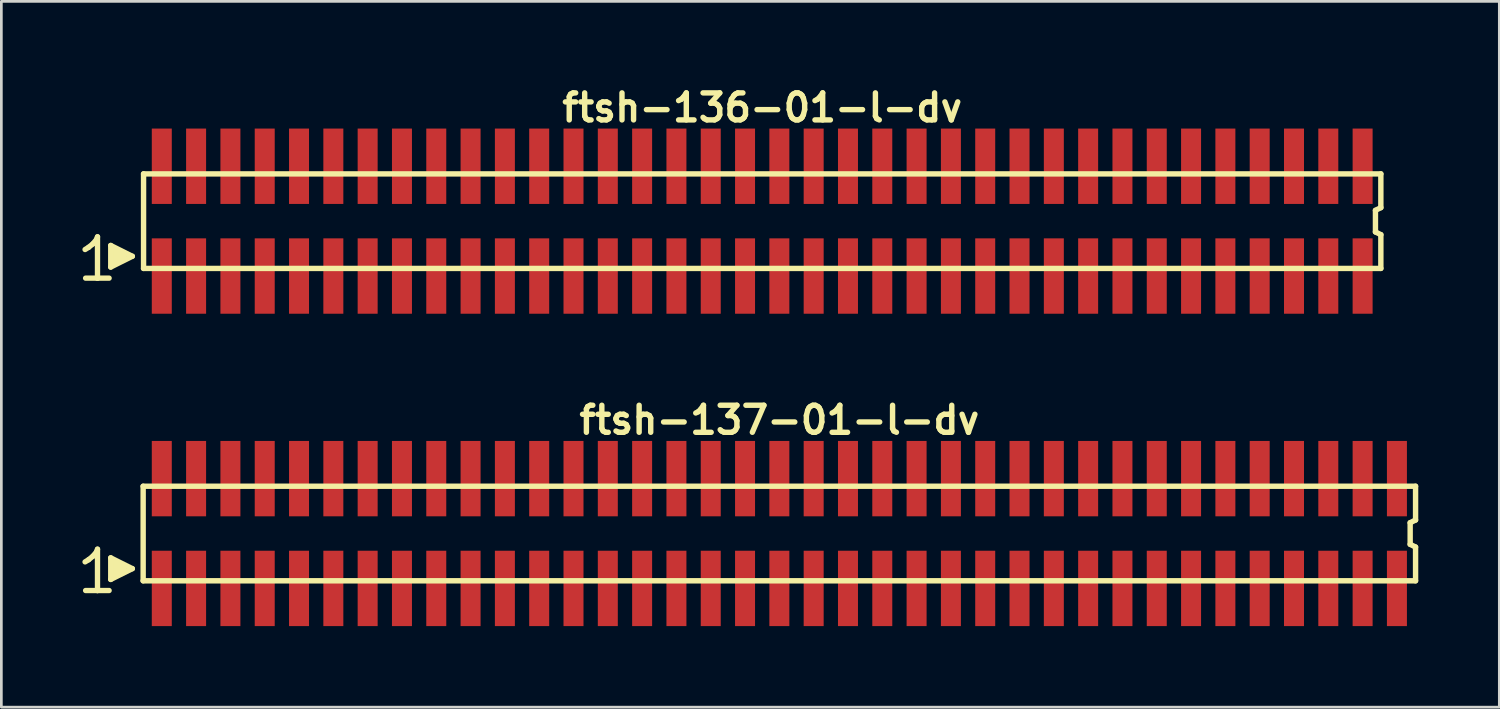
<source format=kicad_pcb>
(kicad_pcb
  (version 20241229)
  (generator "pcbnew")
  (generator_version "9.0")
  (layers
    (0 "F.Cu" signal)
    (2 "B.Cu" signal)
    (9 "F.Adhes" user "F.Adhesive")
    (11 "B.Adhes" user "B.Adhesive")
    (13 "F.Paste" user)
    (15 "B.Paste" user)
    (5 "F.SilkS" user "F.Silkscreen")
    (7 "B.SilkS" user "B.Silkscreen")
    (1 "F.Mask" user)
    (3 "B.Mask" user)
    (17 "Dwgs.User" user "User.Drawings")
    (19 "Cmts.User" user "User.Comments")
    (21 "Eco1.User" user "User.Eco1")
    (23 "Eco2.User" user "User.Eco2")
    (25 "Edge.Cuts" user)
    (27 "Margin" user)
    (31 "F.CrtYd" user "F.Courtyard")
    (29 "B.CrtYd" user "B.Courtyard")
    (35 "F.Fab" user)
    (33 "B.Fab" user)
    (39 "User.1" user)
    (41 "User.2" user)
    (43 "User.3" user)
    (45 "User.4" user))
  (footprint "ftsh-136-01-l-dv"
    (layer "F.Cu")
    (at 25.164 5.136)
    (property "Reference" "ftsh-136-01-l-dv" (at 0 -4.2 0) (layer "F.SilkS") (effects (font (size 1 1) (thickness 0.2))))
    (attr through_hole)
    (fp_line (start -25.065 1.05) (end -24.935 0.97) (stroke (width 0.198) (type solid)) (layer "F.SilkS"))
    (fp_line (start -24.935 0.97) (end -24.775 0.84) (stroke (width 0.198) (type solid)) (layer "F.SilkS"))
    (fp_line (start -24.775 0.84) (end -24.635 0.67) (stroke (width 0.198) (type solid)) (layer "F.SilkS"))
    (fp_line (start -24.635 0.67) (end -24.605 0.58) (stroke (width 0.198) (type solid)) (layer "F.SilkS"))
    (fp_line (start -24.605 0.58) (end -24.605 2.11) (stroke (width 0.198) (type solid)) (layer "F.SilkS"))
    (fp_line (start -24.605 2.11) (end -25.045 2.11) (stroke (width 0.198) (type solid)) (layer "F.SilkS"))
    (fp_line (start -24.175 2.11) (end -24.615 2.11) (stroke (width 0.198) (type solid)) (layer "F.SilkS"))
    (fp_line (start -24.115 0.9) (end -23.315 1.3) (stroke (width 0.198) (type solid)) (layer "F.SilkS"))
    (fp_line (start -24.115 1.7) (end -24.115 0.9) (stroke (width 0.198) (type solid)) (layer "F.SilkS"))
    (fp_line (start -24.015 1.6) (end -24.015 1) (stroke (width 0.198) (type solid)) (layer "F.SilkS"))
    (fp_line (start -23.915 1.1) (end -23.915 1.5) (stroke (width 0.198) (type solid)) (layer "F.SilkS"))
    (fp_line (start -23.815 1.5) (end -23.815 1.1) (stroke (width 0.198) (type solid)) (layer "F.SilkS"))
    (fp_line (start -23.715 1.2) (end -23.715 1.4) (stroke (width 0.198) (type solid)) (layer "F.SilkS"))
    (fp_line (start -23.615 1.4) (end -23.615 1.2) (stroke (width 0.198) (type solid)) (layer "F.SilkS"))
    (fp_line (start -23.315 1.3) (end -24.115 1.7) (stroke (width 0.198) (type solid)) (layer "F.SilkS"))
    (fp_line (start -22.9 -1.75) (end -22.9 1.75) (stroke (width 0.2) (type solid)) (layer "F.SilkS"))
    (fp_line (start -22.9 -1.75) (end 22.9 -1.75) (stroke (width 0.2) (type solid)) (layer "F.SilkS"))
    (fp_line (start -22.9 1.75) (end 22.9 1.75) (stroke (width 0.2) (type solid)) (layer "F.SilkS"))
    (fp_line (start 22.7 -0.4) (end 22.7 0.4) (stroke (width 0.2) (type solid)) (layer "F.SilkS"))
    (fp_line (start 22.7 0.4) (end 22.9 0.5) (stroke (width 0.2) (type solid)) (layer "F.SilkS"))
    (fp_line (start 22.9 -0.5) (end 22.7 -0.4) (stroke (width 0.2) (type solid)) (layer "F.SilkS"))
    (fp_line (start 22.9 -0.5) (end 22.9 -1.75) (stroke (width 0.2) (type solid)) (layer "F.SilkS"))
    (fp_line (start 22.9 0.5) (end 22.9 1.75) (stroke (width 0.2) (type solid)) (layer "F.SilkS"))
    (pad "1" smd rect (at -22.225 2.032) (size 0.74 2.79) (layers "F.Cu" "F.Mask" "F.Paste"))
    (pad "2" smd rect (at -22.225 -2.032) (size 0.74 2.79) (layers "F.Cu" "F.Mask" "F.Paste"))
    (pad "3" smd rect (at -20.955 2.032) (size 0.74 2.79) (layers "F.Cu" "F.Mask" "F.Paste"))
    (pad "4" smd rect (at -20.955 -2.032) (size 0.74 2.79) (layers "F.Cu" "F.Mask" "F.Paste"))
    (pad "5" smd rect (at -19.685 2.032) (size 0.74 2.79) (layers "F.Cu" "F.Mask" "F.Paste"))
    (pad "6" smd rect (at -19.685 -2.032) (size 0.74 2.79) (layers "F.Cu" "F.Mask" "F.Paste"))
    (pad "7" smd rect (at -18.415 2.032) (size 0.74 2.79) (layers "F.Cu" "F.Mask" "F.Paste"))
    (pad "8" smd rect (at -18.415 -2.032) (size 0.74 2.79) (layers "F.Cu" "F.Mask" "F.Paste"))
    (pad "9" smd rect (at -17.145 2.032) (size 0.74 2.79) (layers "F.Cu" "F.Mask" "F.Paste"))
    (pad "10" smd rect (at -17.145 -2.032) (size 0.74 2.79) (layers "F.Cu" "F.Mask" "F.Paste"))
    (pad "11" smd rect (at -15.875 2.032) (size 0.74 2.79) (layers "F.Cu" "F.Mask" "F.Paste"))
    (pad "12" smd rect (at -15.875 -2.032) (size 0.74 2.79) (layers "F.Cu" "F.Mask" "F.Paste"))
    (pad "13" smd rect (at -14.605 2.032) (size 0.74 2.79) (layers "F.Cu" "F.Mask" "F.Paste"))
    (pad "14" smd rect (at -14.605 -2.032) (size 0.74 2.79) (layers "F.Cu" "F.Mask" "F.Paste"))
    (pad "15" smd rect (at -13.335 2.032) (size 0.74 2.79) (layers "F.Cu" "F.Mask" "F.Paste"))
    (pad "16" smd rect (at -13.335 -2.032) (size 0.74 2.79) (layers "F.Cu" "F.Mask" "F.Paste"))
    (pad "17" smd rect (at -12.065 2.032) (size 0.74 2.79) (layers "F.Cu" "F.Mask" "F.Paste"))
    (pad "18" smd rect (at -12.065 -2.032) (size 0.74 2.79) (layers "F.Cu" "F.Mask" "F.Paste"))
    (pad "19" smd rect (at -10.795 2.032) (size 0.74 2.79) (layers "F.Cu" "F.Mask" "F.Paste"))
    (pad "20" smd rect (at -10.795 -2.032) (size 0.74 2.79) (layers "F.Cu" "F.Mask" "F.Paste"))
    (pad "21" smd rect (at -9.525 2.032) (size 0.74 2.79) (layers "F.Cu" "F.Mask" "F.Paste"))
    (pad "22" smd rect (at -9.525 -2.032) (size 0.74 2.79) (layers "F.Cu" "F.Mask" "F.Paste"))
    (pad "23" smd rect (at -8.255 2.032) (size 0.74 2.79) (layers "F.Cu" "F.Mask" "F.Paste"))
    (pad "24" smd rect (at -8.255 -2.032) (size 0.74 2.79) (layers "F.Cu" "F.Mask" "F.Paste"))
    (pad "25" smd rect (at -6.985 2.032) (size 0.74 2.79) (layers "F.Cu" "F.Mask" "F.Paste"))
    (pad "26" smd rect (at -6.985 -2.032) (size 0.74 2.79) (layers "F.Cu" "F.Mask" "F.Paste"))
    (pad "27" smd rect (at -5.715 2.032) (size 0.74 2.79) (layers "F.Cu" "F.Mask" "F.Paste"))
    (pad "28" smd rect (at -5.715 -2.032) (size 0.74 2.79) (layers "F.Cu" "F.Mask" "F.Paste"))
    (pad "29" smd rect (at -4.445 2.032) (size 0.74 2.79) (layers "F.Cu" "F.Mask" "F.Paste"))
    (pad "30" smd rect (at -4.445 -2.032) (size 0.74 2.79) (layers "F.Cu" "F.Mask" "F.Paste"))
    (pad "31" smd rect (at -3.175 2.032) (size 0.74 2.79) (layers "F.Cu" "F.Mask" "F.Paste"))
    (pad "32" smd rect (at -3.175 -2.032) (size 0.74 2.79) (layers "F.Cu" "F.Mask" "F.Paste"))
    (pad "33" smd rect (at -1.905 2.032) (size 0.74 2.79) (layers "F.Cu" "F.Mask" "F.Paste"))
    (pad "34" smd rect (at -1.905 -2.032) (size 0.74 2.79) (layers "F.Cu" "F.Mask" "F.Paste"))
    (pad "35" smd rect (at -0.635 2.032) (size 0.74 2.79) (layers "F.Cu" "F.Mask" "F.Paste"))
    (pad "36" smd rect (at -0.635 -2.032) (size 0.74 2.79) (layers "F.Cu" "F.Mask" "F.Paste"))
    (pad "37" smd rect (at 0.635 2.032) (size 0.74 2.79) (layers "F.Cu" "F.Mask" "F.Paste"))
    (pad "38" smd rect (at 0.635 -2.032) (size 0.74 2.79) (layers "F.Cu" "F.Mask" "F.Paste"))
    (pad "39" smd rect (at 1.905 2.032) (size 0.74 2.79) (layers "F.Cu" "F.Mask" "F.Paste"))
    (pad "40" smd rect (at 1.905 -2.032) (size 0.74 2.79) (layers "F.Cu" "F.Mask" "F.Paste"))
    (pad "41" smd rect (at 3.175 2.032) (size 0.74 2.79) (layers "F.Cu" "F.Mask" "F.Paste"))
    (pad "42" smd rect (at 3.175 -2.032) (size 0.74 2.79) (layers "F.Cu" "F.Mask" "F.Paste"))
    (pad "43" smd rect (at 4.445 2.032) (size 0.74 2.79) (layers "F.Cu" "F.Mask" "F.Paste"))
    (pad "44" smd rect (at 4.445 -2.032) (size 0.74 2.79) (layers "F.Cu" "F.Mask" "F.Paste"))
    (pad "45" smd rect (at 5.715 2.032) (size 0.74 2.79) (layers "F.Cu" "F.Mask" "F.Paste"))
    (pad "46" smd rect (at 5.715 -2.032) (size 0.74 2.79) (layers "F.Cu" "F.Mask" "F.Paste"))
    (pad "47" smd rect (at 6.985 2.032) (size 0.74 2.79) (layers "F.Cu" "F.Mask" "F.Paste"))
    (pad "48" smd rect (at 6.985 -2.032) (size 0.74 2.79) (layers "F.Cu" "F.Mask" "F.Paste"))
    (pad "49" smd rect (at 8.255 2.032) (size 0.74 2.79) (layers "F.Cu" "F.Mask" "F.Paste"))
    (pad "50" smd rect (at 8.255 -2.032) (size 0.74 2.79) (layers "F.Cu" "F.Mask" "F.Paste"))
    (pad "51" smd rect (at 9.525 2.032) (size 0.74 2.79) (layers "F.Cu" "F.Mask" "F.Paste"))
    (pad "52" smd rect (at 9.525 -2.032) (size 0.74 2.79) (layers "F.Cu" "F.Mask" "F.Paste"))
    (pad "53" smd rect (at 10.795 2.032) (size 0.74 2.79) (layers "F.Cu" "F.Mask" "F.Paste"))
    (pad "54" smd rect (at 10.795 -2.032) (size 0.74 2.79) (layers "F.Cu" "F.Mask" "F.Paste"))
    (pad "55" smd rect (at 12.065 2.032) (size 0.74 2.79) (layers "F.Cu" "F.Mask" "F.Paste"))
    (pad "56" smd rect (at 12.065 -2.032) (size 0.74 2.79) (layers "F.Cu" "F.Mask" "F.Paste"))
    (pad "57" smd rect (at 13.335 2.032) (size 0.74 2.79) (layers "F.Cu" "F.Mask" "F.Paste"))
    (pad "58" smd rect (at 13.335 -2.032) (size 0.74 2.79) (layers "F.Cu" "F.Mask" "F.Paste"))
    (pad "59" smd rect (at 14.605 2.032) (size 0.74 2.79) (layers "F.Cu" "F.Mask" "F.Paste"))
    (pad "60" smd rect (at 14.605 -2.032) (size 0.74 2.79) (layers "F.Cu" "F.Mask" "F.Paste"))
    (pad "61" smd rect (at 15.875 2.032) (size 0.74 2.79) (layers "F.Cu" "F.Mask" "F.Paste"))
    (pad "62" smd rect (at 15.875 -2.032) (size 0.74 2.79) (layers "F.Cu" "F.Mask" "F.Paste"))
    (pad "63" smd rect (at 17.145 2.032) (size 0.74 2.79) (layers "F.Cu" "F.Mask" "F.Paste"))
    (pad "64" smd rect (at 17.145 -2.032) (size 0.74 2.79) (layers "F.Cu" "F.Mask" "F.Paste"))
    (pad "65" smd rect (at 18.415 2.032) (size 0.74 2.79) (layers "F.Cu" "F.Mask" "F.Paste"))
    (pad "66" smd rect (at 18.415 -2.032) (size 0.74 2.79) (layers "F.Cu" "F.Mask" "F.Paste"))
    (pad "67" smd rect (at 19.685 2.032) (size 0.74 2.79) (layers "F.Cu" "F.Mask" "F.Paste"))
    (pad "68" smd rect (at 19.685 -2.032) (size 0.74 2.79) (layers "F.Cu" "F.Mask" "F.Paste"))
    (pad "69" smd rect (at 20.955 2.032) (size 0.74 2.79) (layers "F.Cu" "F.Mask" "F.Paste"))
    (pad "70" smd rect (at 20.955 -2.032) (size 0.74 2.79) (layers "F.Cu" "F.Mask" "F.Paste"))
    (pad "71" smd rect (at 22.225 2.032) (size 0.74 2.79) (layers "F.Cu" "F.Mask" "F.Paste"))
    (pad "72" smd rect (at 22.225 -2.032) (size 0.74 2.79) (layers "F.Cu" "F.Mask" "F.Paste")))
  (footprint "ftsh-137-01-l-dv"
    (layer "F.Cu")
    (at 25.799 16.699)
    (property "Reference" "ftsh-137-01-l-dv" (at 0 -4.2 0) (layer "F.SilkS") (effects (font (size 1 1) (thickness 0.2))))
    (attr through_hole)
    (fp_line (start -25.7 1.05) (end -25.57 0.97) (stroke (width 0.198) (type solid)) (layer "F.SilkS"))
    (fp_line (start -25.57 0.97) (end -25.41 0.84) (stroke (width 0.198) (type solid)) (layer "F.SilkS"))
    (fp_line (start -25.41 0.84) (end -25.27 0.67) (stroke (width 0.198) (type solid)) (layer "F.SilkS"))
    (fp_line (start -25.27 0.67) (end -25.24 0.58) (stroke (width 0.198) (type solid)) (layer "F.SilkS"))
    (fp_line (start -25.24 0.58) (end -25.24 2.11) (stroke (width 0.198) (type solid)) (layer "F.SilkS"))
    (fp_line (start -25.24 2.11) (end -25.68 2.11) (stroke (width 0.198) (type solid)) (layer "F.SilkS"))
    (fp_line (start -24.81 2.11) (end -25.25 2.11) (stroke (width 0.198) (type solid)) (layer "F.SilkS"))
    (fp_line (start -24.75 0.9) (end -23.95 1.3) (stroke (width 0.198) (type solid)) (layer "F.SilkS"))
    (fp_line (start -24.75 1.7) (end -24.75 0.9) (stroke (width 0.198) (type solid)) (layer "F.SilkS"))
    (fp_line (start -24.65 1.6) (end -24.65 1) (stroke (width 0.198) (type solid)) (layer "F.SilkS"))
    (fp_line (start -24.55 1.1) (end -24.55 1.5) (stroke (width 0.198) (type solid)) (layer "F.SilkS"))
    (fp_line (start -24.45 1.5) (end -24.45 1.1) (stroke (width 0.198) (type solid)) (layer "F.SilkS"))
    (fp_line (start -24.35 1.2) (end -24.35 1.4) (stroke (width 0.198) (type solid)) (layer "F.SilkS"))
    (fp_line (start -24.25 1.4) (end -24.25 1.2) (stroke (width 0.198) (type solid)) (layer "F.SilkS"))
    (fp_line (start -23.95 1.3) (end -24.75 1.7) (stroke (width 0.198) (type solid)) (layer "F.SilkS"))
    (fp_line (start -23.55 -1.75) (end -23.55 1.75) (stroke (width 0.2) (type solid)) (layer "F.SilkS"))
    (fp_line (start -23.55 -1.75) (end 23.55 -1.75) (stroke (width 0.2) (type solid)) (layer "F.SilkS"))
    (fp_line (start -23.55 1.75) (end 23.55 1.75) (stroke (width 0.2) (type solid)) (layer "F.SilkS"))
    (fp_line (start 23.35 -0.4) (end 23.35 0.4) (stroke (width 0.2) (type solid)) (layer "F.SilkS"))
    (fp_line (start 23.35 0.4) (end 23.55 0.5) (stroke (width 0.2) (type solid)) (layer "F.SilkS"))
    (fp_line (start 23.55 -0.5) (end 23.35 -0.4) (stroke (width 0.2) (type solid)) (layer "F.SilkS"))
    (fp_line (start 23.55 -0.5) (end 23.55 -1.75) (stroke (width 0.2) (type solid)) (layer "F.SilkS"))
    (fp_line (start 23.55 0.5) (end 23.55 1.75) (stroke (width 0.2) (type solid)) (layer "F.SilkS"))
    (pad "1" smd rect (at -22.86 2.032) (size 0.74 2.79) (layers "F.Cu" "F.Mask" "F.Paste"))
    (pad "2" smd rect (at -22.86 -2.032) (size 0.74 2.79) (layers "F.Cu" "F.Mask" "F.Paste"))
    (pad "3" smd rect (at -21.59 2.032) (size 0.74 2.79) (layers "F.Cu" "F.Mask" "F.Paste"))
    (pad "4" smd rect (at -21.59 -2.032) (size 0.74 2.79) (layers "F.Cu" "F.Mask" "F.Paste"))
    (pad "5" smd rect (at -20.32 2.032) (size 0.74 2.79) (layers "F.Cu" "F.Mask" "F.Paste"))
    (pad "6" smd rect (at -20.32 -2.032) (size 0.74 2.79) (layers "F.Cu" "F.Mask" "F.Paste"))
    (pad "7" smd rect (at -19.05 2.032) (size 0.74 2.79) (layers "F.Cu" "F.Mask" "F.Paste"))
    (pad "8" smd rect (at -19.05 -2.032) (size 0.74 2.79) (layers "F.Cu" "F.Mask" "F.Paste"))
    (pad "9" smd rect (at -17.78 2.032) (size 0.74 2.79) (layers "F.Cu" "F.Mask" "F.Paste"))
    (pad "10" smd rect (at -17.78 -2.032) (size 0.74 2.79) (layers "F.Cu" "F.Mask" "F.Paste"))
    (pad "11" smd rect (at -16.51 2.032) (size 0.74 2.79) (layers "F.Cu" "F.Mask" "F.Paste"))
    (pad "12" smd rect (at -16.51 -2.032) (size 0.74 2.79) (layers "F.Cu" "F.Mask" "F.Paste"))
    (pad "13" smd rect (at -15.24 2.032) (size 0.74 2.79) (layers "F.Cu" "F.Mask" "F.Paste"))
    (pad "14" smd rect (at -15.24 -2.032) (size 0.74 2.79) (layers "F.Cu" "F.Mask" "F.Paste"))
    (pad "15" smd rect (at -13.97 2.032) (size 0.74 2.79) (layers "F.Cu" "F.Mask" "F.Paste"))
    (pad "16" smd rect (at -13.97 -2.032) (size 0.74 2.79) (layers "F.Cu" "F.Mask" "F.Paste"))
    (pad "17" smd rect (at -12.7 2.032) (size 0.74 2.79) (layers "F.Cu" "F.Mask" "F.Paste"))
    (pad "18" smd rect (at -12.7 -2.032) (size 0.74 2.79) (layers "F.Cu" "F.Mask" "F.Paste"))
    (pad "19" smd rect (at -11.43 2.032) (size 0.74 2.79) (layers "F.Cu" "F.Mask" "F.Paste"))
    (pad "20" smd rect (at -11.43 -2.032) (size 0.74 2.79) (layers "F.Cu" "F.Mask" "F.Paste"))
    (pad "21" smd rect (at -10.16 2.032) (size 0.74 2.79) (layers "F.Cu" "F.Mask" "F.Paste"))
    (pad "22" smd rect (at -10.16 -2.032) (size 0.74 2.79) (layers "F.Cu" "F.Mask" "F.Paste"))
    (pad "23" smd rect (at -8.89 2.032) (size 0.74 2.79) (layers "F.Cu" "F.Mask" "F.Paste"))
    (pad "24" smd rect (at -8.89 -2.032) (size 0.74 2.79) (layers "F.Cu" "F.Mask" "F.Paste"))
    (pad "25" smd rect (at -7.62 2.032) (size 0.74 2.79) (layers "F.Cu" "F.Mask" "F.Paste"))
    (pad "26" smd rect (at -7.62 -2.032) (size 0.74 2.79) (layers "F.Cu" "F.Mask" "F.Paste"))
    (pad "27" smd rect (at -6.35 2.032) (size 0.74 2.79) (layers "F.Cu" "F.Mask" "F.Paste"))
    (pad "28" smd rect (at -6.35 -2.032) (size 0.74 2.79) (layers "F.Cu" "F.Mask" "F.Paste"))
    (pad "29" smd rect (at -5.08 2.032) (size 0.74 2.79) (layers "F.Cu" "F.Mask" "F.Paste"))
    (pad "30" smd rect (at -5.08 -2.032) (size 0.74 2.79) (layers "F.Cu" "F.Mask" "F.Paste"))
    (pad "31" smd rect (at -3.81 2.032) (size 0.74 2.79) (layers "F.Cu" "F.Mask" "F.Paste"))
    (pad "32" smd rect (at -3.81 -2.032) (size 0.74 2.79) (layers "F.Cu" "F.Mask" "F.Paste"))
    (pad "33" smd rect (at -2.54 2.032) (size 0.74 2.79) (layers "F.Cu" "F.Mask" "F.Paste"))
    (pad "34" smd rect (at -2.54 -2.032) (size 0.74 2.79) (layers "F.Cu" "F.Mask" "F.Paste"))
    (pad "35" smd rect (at -1.27 2.032) (size 0.74 2.79) (layers "F.Cu" "F.Mask" "F.Paste"))
    (pad "36" smd rect (at -1.27 -2.032) (size 0.74 2.79) (layers "F.Cu" "F.Mask" "F.Paste"))
    (pad "37" smd rect (at 0 2.032) (size 0.74 2.79) (layers "F.Cu" "F.Mask" "F.Paste"))
    (pad "38" smd rect (at 0 -2.032) (size 0.74 2.79) (layers "F.Cu" "F.Mask" "F.Paste"))
    (pad "39" smd rect (at 1.27 2.032) (size 0.74 2.79) (layers "F.Cu" "F.Mask" "F.Paste"))
    (pad "40" smd rect (at 1.27 -2.032) (size 0.74 2.79) (layers "F.Cu" "F.Mask" "F.Paste"))
    (pad "41" smd rect (at 2.54 2.032) (size 0.74 2.79) (layers "F.Cu" "F.Mask" "F.Paste"))
    (pad "42" smd rect (at 2.54 -2.032) (size 0.74 2.79) (layers "F.Cu" "F.Mask" "F.Paste"))
    (pad "43" smd rect (at 3.81 2.032) (size 0.74 2.79) (layers "F.Cu" "F.Mask" "F.Paste"))
    (pad "44" smd rect (at 3.81 -2.032) (size 0.74 2.79) (layers "F.Cu" "F.Mask" "F.Paste"))
    (pad "45" smd rect (at 5.08 2.032) (size 0.74 2.79) (layers "F.Cu" "F.Mask" "F.Paste"))
    (pad "46" smd rect (at 5.08 -2.032) (size 0.74 2.79) (layers "F.Cu" "F.Mask" "F.Paste"))
    (pad "47" smd rect (at 6.35 2.032) (size 0.74 2.79) (layers "F.Cu" "F.Mask" "F.Paste"))
    (pad "48" smd rect (at 6.35 -2.032) (size 0.74 2.79) (layers "F.Cu" "F.Mask" "F.Paste"))
    (pad "49" smd rect (at 7.62 2.032) (size 0.74 2.79) (layers "F.Cu" "F.Mask" "F.Paste"))
    (pad "50" smd rect (at 7.62 -2.032) (size 0.74 2.79) (layers "F.Cu" "F.Mask" "F.Paste"))
    (pad "51" smd rect (at 8.89 2.032) (size 0.74 2.79) (layers "F.Cu" "F.Mask" "F.Paste"))
    (pad "52" smd rect (at 8.89 -2.032) (size 0.74 2.79) (layers "F.Cu" "F.Mask" "F.Paste"))
    (pad "53" smd rect (at 10.16 2.032) (size 0.74 2.79) (layers "F.Cu" "F.Mask" "F.Paste"))
    (pad "54" smd rect (at 10.16 -2.032) (size 0.74 2.79) (layers "F.Cu" "F.Mask" "F.Paste"))
    (pad "55" smd rect (at 11.43 2.032) (size 0.74 2.79) (layers "F.Cu" "F.Mask" "F.Paste"))
    (pad "56" smd rect (at 11.43 -2.032) (size 0.74 2.79) (layers "F.Cu" "F.Mask" "F.Paste"))
    (pad "57" smd rect (at 12.7 2.032) (size 0.74 2.79) (layers "F.Cu" "F.Mask" "F.Paste"))
    (pad "58" smd rect (at 12.7 -2.032) (size 0.74 2.79) (layers "F.Cu" "F.Mask" "F.Paste"))
    (pad "59" smd rect (at 13.97 2.032) (size 0.74 2.79) (layers "F.Cu" "F.Mask" "F.Paste"))
    (pad "60" smd rect (at 13.97 -2.032) (size 0.74 2.79) (layers "F.Cu" "F.Mask" "F.Paste"))
    (pad "61" smd rect (at 15.24 2.032) (size 0.74 2.79) (layers "F.Cu" "F.Mask" "F.Paste"))
    (pad "62" smd rect (at 15.24 -2.032) (size 0.74 2.79) (layers "F.Cu" "F.Mask" "F.Paste"))
    (pad "63" smd rect (at 16.51 2.032) (size 0.74 2.79) (layers "F.Cu" "F.Mask" "F.Paste"))
    (pad "64" smd rect (at 16.51 -2.032) (size 0.74 2.79) (layers "F.Cu" "F.Mask" "F.Paste"))
    (pad "65" smd rect (at 17.78 2.032) (size 0.74 2.79) (layers "F.Cu" "F.Mask" "F.Paste"))
    (pad "66" smd rect (at 17.78 -2.032) (size 0.74 2.79) (layers "F.Cu" "F.Mask" "F.Paste"))
    (pad "67" smd rect (at 19.05 2.032) (size 0.74 2.79) (layers "F.Cu" "F.Mask" "F.Paste"))
    (pad "68" smd rect (at 19.05 -2.032) (size 0.74 2.79) (layers "F.Cu" "F.Mask" "F.Paste"))
    (pad "69" smd rect (at 20.32 2.032) (size 0.74 2.79) (layers "F.Cu" "F.Mask" "F.Paste"))
    (pad "70" smd rect (at 20.32 -2.032) (size 0.74 2.79) (layers "F.Cu" "F.Mask" "F.Paste"))
    (pad "71" smd rect (at 21.59 2.032) (size 0.74 2.79) (layers "F.Cu" "F.Mask" "F.Paste"))
    (pad "72" smd rect (at 21.59 -2.032) (size 0.74 2.79) (layers "F.Cu" "F.Mask" "F.Paste"))
    (pad "73" smd rect (at 22.86 2.032) (size 0.74 2.79) (layers "F.Cu" "F.Mask" "F.Paste"))
    (pad "74" smd rect (at 22.86 -2.032) (size 0.74 2.79) (layers "F.Cu" "F.Mask" "F.Paste")))
  (gr_rect
    (start -3 -3)
    (end 52.449 23.126)
    (stroke (width 0.1) (type default))
    (fill no)
    (layer "Edge.Cuts")))
</source>
